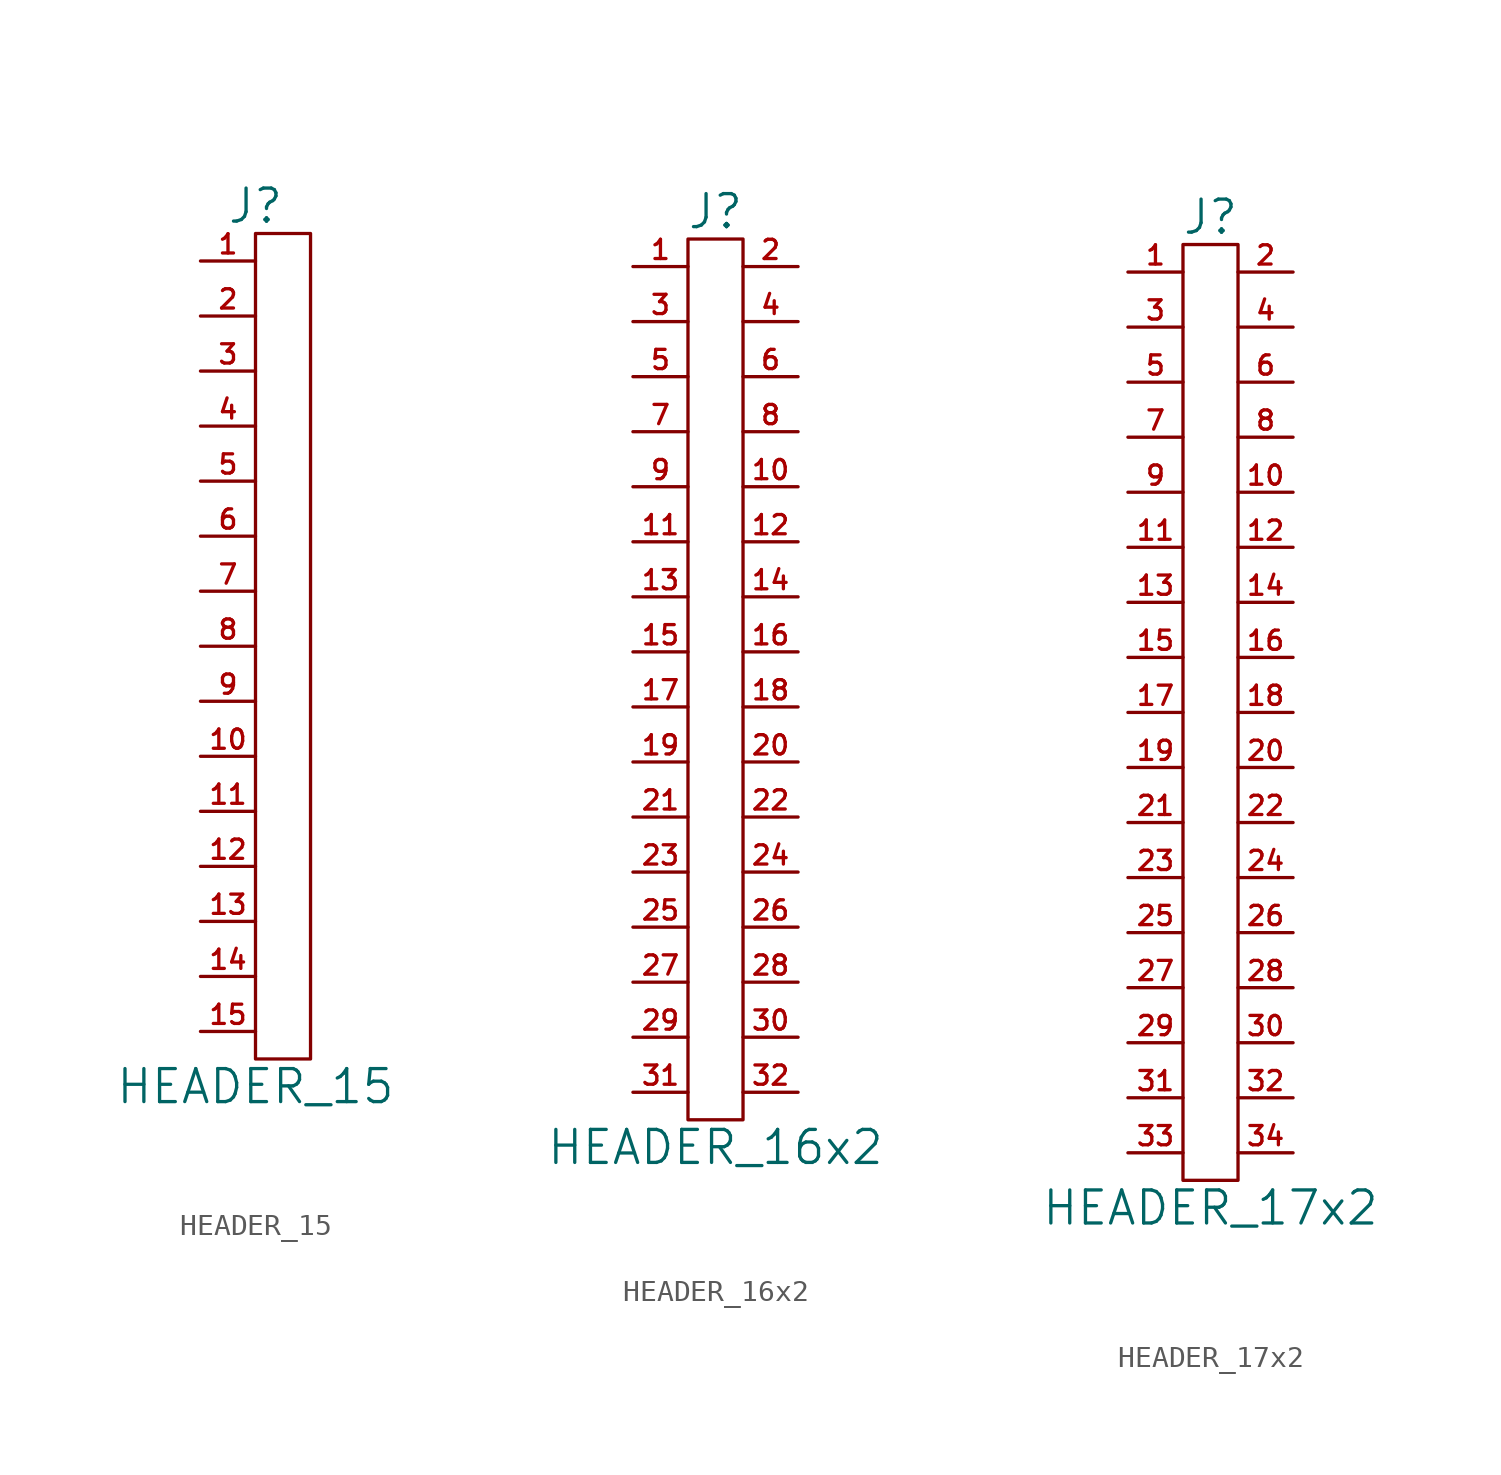
<source format=kicad_sym>
(kicad_symbol_lib
  (version 20201005)
  (generator kicad_symbol_editor)
  (symbol "HEADER_15"
    (pin_names
      (offset 0))
    (property "Reference" "J"
      (at 0 20.32 0)
      (effects (font (size 1.524 1.524))))
    (property "Value" "HEADER_15"
      (at 0 -20.32 0)
      (effects (font (size 1.524 1.524))))
    (property "Footprint" ""
      (at 0 0 0)
      (effects (font (size 1.524 1.524))))
    (property "Datasheet" ""
      (at 0 0 0)
      (effects (font (size 1.524 1.524))))
    (symbol "HEADER_15_0_1"
      (rectangle (start 2.54 19.05) (end 0 -19.05) (stroke (width 0)) (fill (type none))))
    (symbol "HEADER_15_1_1"
      (pin passive line (at -2.54 17.78 0) (length 2.54) (name "~" (effects (font (size 1.27 1.27)))) (number "1" (effects (font (size 0.889 0.889)))))
      (pin passive line (at -2.54 -5.08 0) (length 2.54) (name "~" (effects (font (size 1.27 1.27)))) (number "10" (effects (font (size 0.889 0.889)))))
      (pin passive line (at -2.54 -7.62 0) (length 2.54) (name "~" (effects (font (size 1.27 1.27)))) (number "11" (effects (font (size 0.889 0.889)))))
      (pin passive line (at -2.54 -10.16 0) (length 2.54) (name "~" (effects (font (size 1.27 1.27)))) (number "12" (effects (font (size 0.889 0.889)))))
      (pin passive line (at -2.54 -12.7 0) (length 2.54) (name "~" (effects (font (size 1.27 1.27)))) (number "13" (effects (font (size 0.889 0.889)))))
      (pin passive line (at -2.54 -15.24 0) (length 2.54) (name "~" (effects (font (size 1.27 1.27)))) (number "14" (effects (font (size 0.889 0.889)))))
      (pin passive line (at -2.54 -17.78 0) (length 2.54) (name "~" (effects (font (size 1.27 1.27)))) (number "15" (effects (font (size 0.889 0.889)))))
      (pin passive line (at -2.54 15.24 0) (length 2.54) (name "~" (effects (font (size 1.27 1.27)))) (number "2" (effects (font (size 0.889 0.889)))))
      (pin passive line (at -2.54 12.7 0) (length 2.54) (name "~" (effects (font (size 1.27 1.27)))) (number "3" (effects (font (size 0.889 0.889)))))
      (pin passive line (at -2.54 10.16 0) (length 2.54) (name "~" (effects (font (size 1.27 1.27)))) (number "4" (effects (font (size 0.889 0.889)))))
      (pin passive line (at -2.54 7.62 0) (length 2.54) (name "~" (effects (font (size 1.27 1.27)))) (number "5" (effects (font (size 0.889 0.889)))))
      (pin passive line (at -2.54 5.08 0) (length 2.54) (name "~" (effects (font (size 1.27 1.27)))) (number "6" (effects (font (size 0.889 0.889)))))
      (pin passive line (at -2.54 2.54 0) (length 2.54) (name "~" (effects (font (size 1.27 1.27)))) (number "7" (effects (font (size 0.889 0.889)))))
      (pin passive line (at -2.54 0 0) (length 2.54) (name "~" (effects (font (size 1.27 1.27)))) (number "8" (effects (font (size 0.889 0.889)))))
      (pin passive line (at -2.54 -2.54 0) (length 2.54) (name "~" (effects (font (size 1.27 1.27)))) (number "9" (effects (font (size 0.889 0.889)))))))
  (symbol "HEADER_16x2"
    (pin_names
      (offset 0))
    (property "Reference" "J"
      (at 0 21.59 0)
      (effects (font (size 1.524 1.524))))
    (property "Value" "HEADER_16x2"
      (at 0 -21.59 0)
      (effects (font (size 1.524 1.524))))
    (property "Footprint" ""
      (at 0 0 0)
      (effects (font (size 1.524 1.524))))
    (property "Datasheet" ""
      (at 0 0 0)
      (effects (font (size 1.524 1.524))))
    (symbol "HEADER_16x2_0_1"
      (rectangle (start -1.27 20.32) (end 1.27 -20.32) (stroke (width 0)) (fill (type none))))
    (symbol "HEADER_16x2_1_1"
      (pin passive line (at -3.81 19.05 0) (length 2.54) (name "~" (effects (font (size 0.889 0.889)))) (number "1" (effects (font (size 0.889 0.889)))))
      (pin passive line (at 3.81 8.89 180) (length 2.54) (name "~" (effects (font (size 1.27 1.27)))) (number "10" (effects (font (size 0.889 0.889)))))
      (pin passive line (at -3.81 6.35 0) (length 2.54) (name "~" (effects (font (size 1.27 1.27)))) (number "11" (effects (font (size 0.889 0.889)))))
      (pin passive line (at 3.81 6.35 180) (length 2.54) (name "~" (effects (font (size 1.27 1.27)))) (number "12" (effects (font (size 0.889 0.889)))))
      (pin passive line (at -3.81 3.81 0) (length 2.54) (name "~" (effects (font (size 1.27 1.27)))) (number "13" (effects (font (size 0.889 0.889)))))
      (pin passive line (at 3.81 3.81 180) (length 2.54) (name "~" (effects (font (size 1.27 1.27)))) (number "14" (effects (font (size 0.889 0.889)))))
      (pin passive line (at -3.81 1.27 0) (length 2.54) (name "~" (effects (font (size 1.27 1.27)))) (number "15" (effects (font (size 0.889 0.889)))))
      (pin passive line (at 3.81 1.27 180) (length 2.54) (name "~" (effects (font (size 1.27 1.27)))) (number "16" (effects (font (size 0.889 0.889)))))
      (pin passive line (at -3.81 -1.27 0) (length 2.54) (name "~" (effects (font (size 1.27 1.27)))) (number "17" (effects (font (size 0.889 0.889)))))
      (pin passive line (at 3.81 -1.27 180) (length 2.54) (name "~" (effects (font (size 1.27 1.27)))) (number "18" (effects (font (size 0.889 0.889)))))
      (pin passive line (at -3.81 -3.81 0) (length 2.54) (name "~" (effects (font (size 1.27 1.27)))) (number "19" (effects (font (size 0.889 0.889)))))
      (pin passive line (at 3.81 19.05 180) (length 2.54) (name "~" (effects (font (size 1.27 1.27)))) (number "2" (effects (font (size 0.889 0.889)))))
      (pin passive line (at 3.81 -3.81 180) (length 2.54) (name "~" (effects (font (size 1.27 1.27)))) (number "20" (effects (font (size 0.889 0.889)))))
      (pin passive line (at -3.81 -6.35 0) (length 2.54) (name "~" (effects (font (size 1.27 1.27)))) (number "21" (effects (font (size 0.889 0.889)))))
      (pin passive line (at 3.81 -6.35 180) (length 2.54) (name "~" (effects (font (size 1.27 1.27)))) (number "22" (effects (font (size 0.889 0.889)))))
      (pin passive line (at -3.81 -8.89 0) (length 2.54) (name "~" (effects (font (size 1.27 1.27)))) (number "23" (effects (font (size 0.889 0.889)))))
      (pin passive line (at 3.81 -8.89 180) (length 2.54) (name "~" (effects (font (size 1.27 1.27)))) (number "24" (effects (font (size 0.889 0.889)))))
      (pin passive line (at -3.81 -11.43 0) (length 2.54) (name "~" (effects (font (size 1.27 1.27)))) (number "25" (effects (font (size 0.889 0.889)))))
      (pin passive line (at 3.81 -11.43 180) (length 2.54) (name "~" (effects (font (size 1.27 1.27)))) (number "26" (effects (font (size 0.889 0.889)))))
      (pin passive line (at -3.81 -13.97 0) (length 2.54) (name "~" (effects (font (size 1.27 1.27)))) (number "27" (effects (font (size 0.889 0.889)))))
      (pin passive line (at 3.81 -13.97 180) (length 2.54) (name "~" (effects (font (size 1.27 1.27)))) (number "28" (effects (font (size 0.889 0.889)))))
      (pin passive line (at -3.81 -16.51 0) (length 2.54) (name "~" (effects (font (size 1.27 1.27)))) (number "29" (effects (font (size 0.889 0.889)))))
      (pin passive line (at -3.81 16.51 0) (length 2.54) (name "~" (effects (font (size 1.27 1.27)))) (number "3" (effects (font (size 0.889 0.889)))))
      (pin passive line (at 3.81 -16.51 180) (length 2.54) (name "~" (effects (font (size 1.27 1.27)))) (number "30" (effects (font (size 0.889 0.889)))))
      (pin passive line (at -3.81 -19.05 0) (length 2.54) (name "~" (effects (font (size 1.27 1.27)))) (number "31" (effects (font (size 0.889 0.889)))))
      (pin passive line (at 3.81 -19.05 180) (length 2.54) (name "~" (effects (font (size 1.27 1.27)))) (number "32" (effects (font (size 0.889 0.889)))))
      (pin passive line (at 3.81 16.51 180) (length 2.54) (name "~" (effects (font (size 1.27 1.27)))) (number "4" (effects (font (size 0.889 0.889)))))
      (pin passive line (at -3.81 13.97 0) (length 2.54) (name "~" (effects (font (size 1.27 1.27)))) (number "5" (effects (font (size 0.889 0.889)))))
      (pin passive line (at 3.81 13.97 180) (length 2.54) (name "~" (effects (font (size 1.27 1.27)))) (number "6" (effects (font (size 0.889 0.889)))))
      (pin passive line (at -3.81 11.43 0) (length 2.54) (name "~" (effects (font (size 1.27 1.27)))) (number "7" (effects (font (size 0.889 0.889)))))
      (pin passive line (at 3.81 11.43 180) (length 2.54) (name "~" (effects (font (size 1.27 1.27)))) (number "8" (effects (font (size 0.889 0.889)))))
      (pin passive line (at -3.81 8.89 0) (length 2.54) (name "~" (effects (font (size 1.27 1.27)))) (number "9" (effects (font (size 0.889 0.889)))))))
  (symbol "HEADER_17x2"
    (pin_names
      (offset 0))
    (property "Reference" "J"
      (at 0 22.86 0)
      (effects (font (size 1.524 1.524))))
    (property "Value" "HEADER_17x2"
      (at 0 -22.86 0)
      (effects (font (size 1.524 1.524))))
    (property "Footprint" ""
      (at 0 0 0)
      (effects (font (size 1.524 1.524))))
    (property "Datasheet" ""
      (at 0 0 0)
      (effects (font (size 1.524 1.524))))
    (symbol "HEADER_17x2_0_1"
      (rectangle (start 1.27 21.59) (end -1.27 -21.59) (stroke (width 0)) (fill (type none))))
    (symbol "HEADER_17x2_1_1"
      (pin passive line (at -3.81 20.32 0) (length 2.54) (name "~" (effects (font (size 0.889 0.889)))) (number "1" (effects (font (size 0.889 0.889)))))
      (pin passive line (at 3.81 10.16 180) (length 2.54) (name "~" (effects (font (size 1.27 1.27)))) (number "10" (effects (font (size 0.889 0.889)))))
      (pin passive line (at -3.81 7.62 0) (length 2.54) (name "~" (effects (font (size 1.27 1.27)))) (number "11" (effects (font (size 0.889 0.889)))))
      (pin passive line (at 3.81 7.62 180) (length 2.54) (name "~" (effects (font (size 1.27 1.27)))) (number "12" (effects (font (size 0.889 0.889)))))
      (pin passive line (at -3.81 5.08 0) (length 2.54) (name "~" (effects (font (size 1.27 1.27)))) (number "13" (effects (font (size 0.889 0.889)))))
      (pin passive line (at 3.81 5.08 180) (length 2.54) (name "~" (effects (font (size 1.27 1.27)))) (number "14" (effects (font (size 0.889 0.889)))))
      (pin passive line (at -3.81 2.54 0) (length 2.54) (name "~" (effects (font (size 1.27 1.27)))) (number "15" (effects (font (size 0.889 0.889)))))
      (pin passive line (at 3.81 2.54 180) (length 2.54) (name "~" (effects (font (size 1.27 1.27)))) (number "16" (effects (font (size 0.889 0.889)))))
      (pin passive line (at -3.81 0 0) (length 2.54) (name "~" (effects (font (size 1.27 1.27)))) (number "17" (effects (font (size 0.889 0.889)))))
      (pin passive line (at 3.81 0 180) (length 2.54) (name "~" (effects (font (size 1.27 1.27)))) (number "18" (effects (font (size 0.889 0.889)))))
      (pin passive line (at -3.81 -2.54 0) (length 2.54) (name "~" (effects (font (size 1.27 1.27)))) (number "19" (effects (font (size 0.889 0.889)))))
      (pin passive line (at 3.81 20.32 180) (length 2.54) (name "~" (effects (font (size 1.27 1.27)))) (number "2" (effects (font (size 0.889 0.889)))))
      (pin passive line (at 3.81 -2.54 180) (length 2.54) (name "~" (effects (font (size 1.27 1.27)))) (number "20" (effects (font (size 0.889 0.889)))))
      (pin passive line (at -3.81 -5.08 0) (length 2.54) (name "~" (effects (font (size 1.27 1.27)))) (number "21" (effects (font (size 0.889 0.889)))))
      (pin passive line (at 3.81 -5.08 180) (length 2.54) (name "~" (effects (font (size 1.27 1.27)))) (number "22" (effects (font (size 0.889 0.889)))))
      (pin passive line (at -3.81 -7.62 0) (length 2.54) (name "~" (effects (font (size 1.27 1.27)))) (number "23" (effects (font (size 0.889 0.889)))))
      (pin passive line (at 3.81 -7.62 180) (length 2.54) (name "~" (effects (font (size 1.27 1.27)))) (number "24" (effects (font (size 0.889 0.889)))))
      (pin passive line (at -3.81 -10.16 0) (length 2.54) (name "~" (effects (font (size 1.27 1.27)))) (number "25" (effects (font (size 0.889 0.889)))))
      (pin passive line (at 3.81 -10.16 180) (length 2.54) (name "~" (effects (font (size 1.27 1.27)))) (number "26" (effects (font (size 0.889 0.889)))))
      (pin passive line (at -3.81 -12.7 0) (length 2.54) (name "~" (effects (font (size 1.27 1.27)))) (number "27" (effects (font (size 0.889 0.889)))))
      (pin passive line (at 3.81 -12.7 180) (length 2.54) (name "~" (effects (font (size 1.27 1.27)))) (number "28" (effects (font (size 0.889 0.889)))))
      (pin passive line (at -3.81 -15.24 0) (length 2.54) (name "~" (effects (font (size 1.27 1.27)))) (number "29" (effects (font (size 0.889 0.889)))))
      (pin passive line (at -3.81 17.78 0) (length 2.54) (name "~" (effects (font (size 1.27 1.27)))) (number "3" (effects (font (size 0.889 0.889)))))
      (pin passive line (at 3.81 -15.24 180) (length 2.54) (name "~" (effects (font (size 1.27 1.27)))) (number "30" (effects (font (size 0.889 0.889)))))
      (pin passive line (at -3.81 -17.78 0) (length 2.54) (name "~" (effects (font (size 1.27 1.27)))) (number "31" (effects (font (size 0.889 0.889)))))
      (pin passive line (at 3.81 -17.78 180) (length 2.54) (name "~" (effects (font (size 1.27 1.27)))) (number "32" (effects (font (size 0.889 0.889)))))
      (pin passive line (at -3.81 -20.32 0) (length 2.54) (name "~" (effects (font (size 1.27 1.27)))) (number "33" (effects (font (size 0.889 0.889)))))
      (pin passive line (at 3.81 -20.32 180) (length 2.54) (name "~" (effects (font (size 1.27 1.27)))) (number "34" (effects (font (size 0.889 0.889)))))
      (pin passive line (at 3.81 17.78 180) (length 2.54) (name "~" (effects (font (size 1.27 1.27)))) (number "4" (effects (font (size 0.889 0.889)))))
      (pin passive line (at -3.81 15.24 0) (length 2.54) (name "~" (effects (font (size 1.27 1.27)))) (number "5" (effects (font (size 0.889 0.889)))))
      (pin passive line (at 3.81 15.24 180) (length 2.54) (name "~" (effects (font (size 1.27 1.27)))) (number "6" (effects (font (size 0.889 0.889)))))
      (pin passive line (at -3.81 12.7 0) (length 2.54) (name "~" (effects (font (size 1.27 1.27)))) (number "7" (effects (font (size 0.889 0.889)))))
      (pin passive line (at 3.81 12.7 180) (length 2.54) (name "~" (effects (font (size 1.27 1.27)))) (number "8" (effects (font (size 0.889 0.889)))))
      (pin passive line (at -3.81 10.16 0) (length 2.54) (name "~" (effects (font (size 1.27 1.27)))) (number "9" (effects (font (size 0.889 0.889))))))))
</source>
